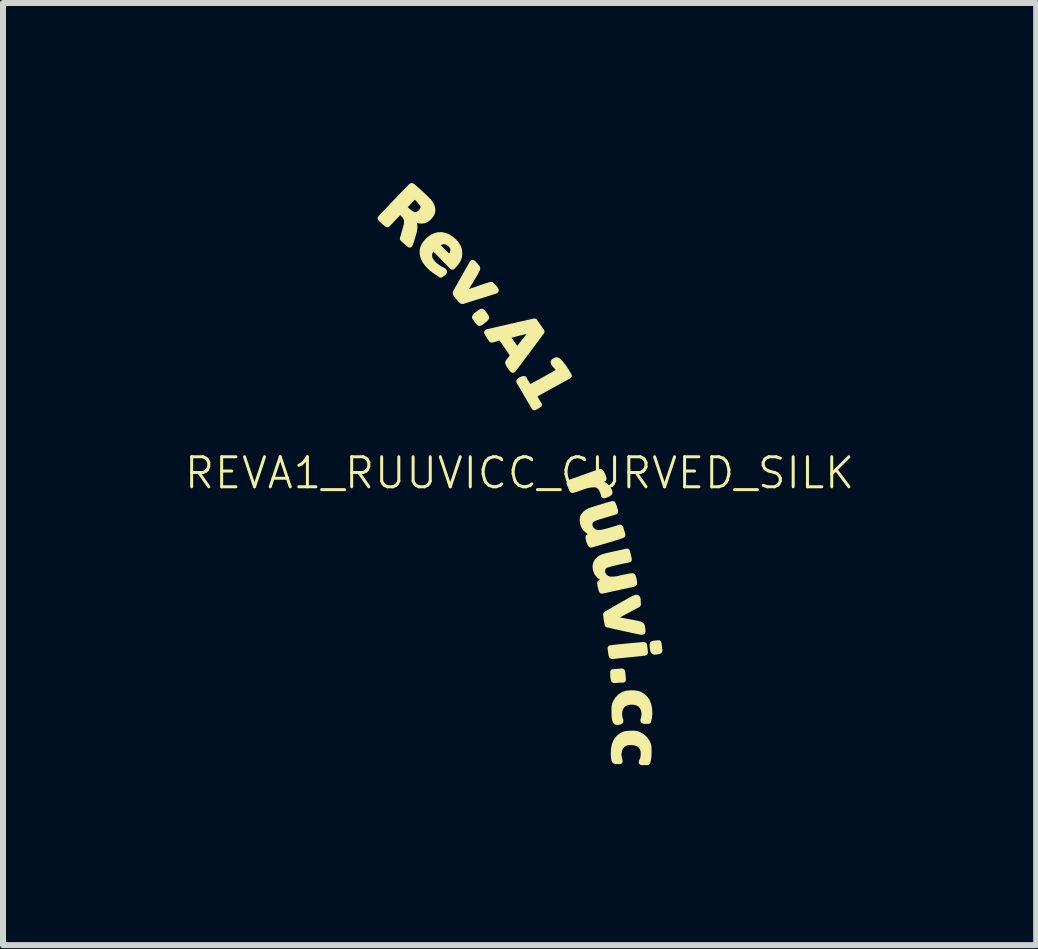
<source format=kicad_pcb>
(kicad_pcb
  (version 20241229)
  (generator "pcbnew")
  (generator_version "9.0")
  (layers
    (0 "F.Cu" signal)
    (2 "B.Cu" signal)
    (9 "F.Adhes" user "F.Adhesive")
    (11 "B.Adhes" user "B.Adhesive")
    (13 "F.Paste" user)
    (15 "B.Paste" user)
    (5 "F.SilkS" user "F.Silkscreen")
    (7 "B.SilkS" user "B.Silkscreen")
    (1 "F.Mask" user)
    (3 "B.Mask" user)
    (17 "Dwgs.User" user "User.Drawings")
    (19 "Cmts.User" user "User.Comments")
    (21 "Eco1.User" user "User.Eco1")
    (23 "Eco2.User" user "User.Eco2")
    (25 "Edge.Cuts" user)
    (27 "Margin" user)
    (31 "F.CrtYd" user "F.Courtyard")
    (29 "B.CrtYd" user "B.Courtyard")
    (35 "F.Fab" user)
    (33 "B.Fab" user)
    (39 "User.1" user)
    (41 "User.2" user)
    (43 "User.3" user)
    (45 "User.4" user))
  (footprint "REVA1_RUUVICC_CURVED_SILK"
    (layer "F.Cu")
    (at 5.608 4.833)
    (property "Reference" "REVA1_RUUVICC_CURVED_SILK" (at 0 0 0) (layer "F.SilkS") (effects (font (size 0.5 0.5) (thickness 0.05))))
    (attr through_hole)
    (fp_poly (pts (xy 1.723 3.443) (xy 1.678 3.443) (xy 1.645 3.444) (xy 1.613 3.447) (xy 1.602 3.448) (xy 1.582 3.451) (xy 1.572 3.446) (xy 1.568 3.43) (xy 1.566 3.421) (xy 1.562 3.389) (xy 1.561 3.356) (xy 1.561 3.353) (xy 1.56 3.318) (xy 1.633 3.312) (xy 1.666 3.31) (xy 1.692 3.308) (xy 1.707 3.308) (xy 1.708 3.309) (xy 1.71 3.318) (xy 1.713 3.34) (xy 1.716 3.37) (xy 1.717 3.377) (xy 1.723 3.443)) (stroke (width 0.1) (type solid)) (fill yes) (layer "F.SilkS"))
    (fp_poly (pts (xy 2.33 2.957) (xy 2.324 2.966) (xy 2.306 2.97) (xy 2.301 2.971) (xy 2.267 2.976) (xy 2.246 2.976) (xy 2.234 2.97) (xy 2.228 2.957) (xy 2.227 2.949) (xy 2.221 2.907) (xy 2.217 2.879) (xy 2.217 2.862) (xy 2.219 2.852) (xy 2.225 2.848) (xy 2.232 2.846) (xy 2.254 2.842) (xy 2.281 2.839) (xy 2.283 2.839) (xy 2.315 2.836) (xy 2.32 2.875) (xy 2.324 2.905) (xy 2.328 2.933) (xy 2.329 2.94) (xy 2.33 2.957)) (stroke (width 0.1) (type solid)) (fill yes) (layer "F.SilkS"))
    (fp_poly (pts (xy -0.556 -2.591) (xy -0.562 -2.582) (xy -0.578 -2.566) (xy -0.6 -2.548) (xy -0.624 -2.529) (xy -0.646 -2.513) (xy -0.663 -2.504) (xy -0.668 -2.502) (xy -0.676 -2.509) (xy -0.691 -2.525) (xy -0.706 -2.545) (xy -0.724 -2.569) (xy -0.737 -2.589) (xy -0.743 -2.598) (xy -0.738 -2.607) (xy -0.723 -2.622) (xy -0.702 -2.64) (xy -0.678 -2.659) (xy -0.655 -2.675) (xy -0.637 -2.686) (xy -0.629 -2.688) (xy -0.621 -2.682) (xy -0.607 -2.666) (xy -0.59 -2.644) (xy -0.574 -2.621) (xy -0.561 -2.602) (xy -0.556 -2.591)) (stroke (width 0.1) (type solid)) (fill yes) (layer "F.SilkS"))
    (fp_poly (pts (xy 2.089 2.992) (xy 2.047 2.997) (xy 2.027 2.999) (xy 1.993 3.003) (xy 1.948 3.008) (xy 1.895 3.013) (xy 1.836 3.019) (xy 1.798 3.023) (xy 1.739 3.029) (xy 1.684 3.035) (xy 1.636 3.04) (xy 1.598 3.044) (xy 1.572 3.047) (xy 1.563 3.048) (xy 1.544 3.049) (xy 1.535 3.042) (xy 1.531 3.025) (xy 1.528 2.999) (xy 1.523 2.968) (xy 1.522 2.959) (xy 1.517 2.92) (xy 1.554 2.915) (xy 1.588 2.911) (xy 1.632 2.906) (xy 1.684 2.901) (xy 1.74 2.895) (xy 1.799 2.89) (xy 1.857 2.884) (xy 1.914 2.879) (xy 1.965 2.874) (xy 2.009 2.871) (xy 2.043 2.868) (xy 2.066 2.867) (xy 2.073 2.867) (xy 2.076 2.877) (xy 2.079 2.9) (xy 2.083 2.93) (xy 2.083 2.932) (xy 2.089 2.992)) (stroke (width 0.1) (type solid)) (fill yes) (layer "F.SilkS"))
    (fp_poly (pts (xy 1.5 0.321) (xy 1.492 0.335) (xy 1.471 0.347) (xy 1.455 0.354) (xy 1.408 0.371) (xy 1.396 0.327) (xy 1.373 0.271) (xy 1.342 0.229) (xy 1.31 0.205) (xy 1.29 0.195) (xy 1.271 0.19) (xy 1.247 0.188) (xy 1.212 0.189) (xy 1.209 0.189) (xy 1.178 0.192) (xy 1.148 0.197) (xy 1.115 0.205) (xy 1.075 0.217) (xy 1.024 0.235) (xy 1.013 0.239) (xy 0.97 0.255) (xy 0.932 0.268) (xy 0.903 0.276) (xy 0.885 0.281) (xy 0.88 0.281) (xy 0.875 0.271) (xy 0.865 0.249) (xy 0.854 0.221) (xy 0.853 0.219) (xy 0.832 0.163) (xy 1.084 0.074) (xy 1.146 0.051) (xy 1.203 0.031) (xy 1.254 0.013) (xy 1.295 -0.001) (xy 1.326 -0.012) (xy 1.344 -0.018) (xy 1.347 -0.019) (xy 1.354 -0.013) (xy 1.365 0.005) (xy 1.377 0.029) (xy 1.388 0.055) (xy 1.396 0.078) (xy 1.399 0.094) (xy 1.392 0.1) (xy 1.373 0.108) (xy 1.355 0.115) (xy 1.329 0.124) (xy 1.31 0.131) (xy 1.303 0.134) (xy 1.307 0.139) (xy 1.322 0.151) (xy 1.347 0.167) (xy 1.362 0.175) (xy 1.399 0.196) (xy 1.425 0.212) (xy 1.442 0.226) (xy 1.455 0.239) (xy 1.468 0.256) (xy 1.477 0.271) (xy 1.494 0.301) (xy 1.5 0.321)) (stroke (width 0.1) (type solid)) (fill yes) (layer "F.SilkS"))
    (fp_poly (pts (xy 2.15 4.643) (xy 2.149 4.691) (xy 2.146 4.733) (xy 2.142 4.766) (xy 2.139 4.781) (xy 2.128 4.817) (xy 2.081 4.817) (xy 2.035 4.817) (xy 2.047 4.794) (xy 2.063 4.747) (xy 2.07 4.694) (xy 2.068 4.641) (xy 2.056 4.593) (xy 2.052 4.583) (xy 2.022 4.54) (xy 1.982 4.509) (xy 1.929 4.49) (xy 1.864 4.483) (xy 1.853 4.483) (xy 1.802 4.486) (xy 1.761 4.496) (xy 1.727 4.515) (xy 1.706 4.532) (xy 1.677 4.569) (xy 1.658 4.616) (xy 1.648 4.669) (xy 1.65 4.725) (xy 1.656 4.756) (xy 1.668 4.8) (xy 1.628 4.8) (xy 1.607 4.799) (xy 1.593 4.796) (xy 1.583 4.786) (xy 1.578 4.767) (xy 1.574 4.738) (xy 1.571 4.694) (xy 1.571 4.689) (xy 1.573 4.604) (xy 1.587 4.53) (xy 1.613 4.467) (xy 1.652 4.416) (xy 1.704 4.377) (xy 1.717 4.37) (xy 1.741 4.359) (xy 1.765 4.351) (xy 1.795 4.347) (xy 1.835 4.344) (xy 1.845 4.344) (xy 1.887 4.343) (xy 1.919 4.344) (xy 1.945 4.348) (xy 1.97 4.356) (xy 1.98 4.359) (xy 2.038 4.39) (xy 2.087 4.434) (xy 2.124 4.489) (xy 2.126 4.494) (xy 2.136 4.516) (xy 2.143 4.535) (xy 2.147 4.557) (xy 2.149 4.585) (xy 2.15 4.624) (xy 2.15 4.643)) (stroke (width 0.1) (type solid)) (fill yes) (layer "F.SilkS"))
    (fp_poly (pts (xy 2.163 4.013) (xy 2.154 4.087) (xy 2.153 4.087) (xy 2.144 4.13) (xy 2.102 4.13) (xy 2.077 4.129) (xy 2.065 4.126) (xy 2.063 4.119) (xy 2.065 4.115) (xy 2.08 4.058) (xy 2.082 4) (xy 2.072 3.945) (xy 2.051 3.896) (xy 2.019 3.857) (xy 2.002 3.844) (xy 1.956 3.822) (xy 1.903 3.81) (xy 1.848 3.81) (xy 1.795 3.819) (xy 1.747 3.838) (xy 1.709 3.867) (xy 1.708 3.869) (xy 1.68 3.911) (xy 1.663 3.963) (xy 1.658 4.02) (xy 1.665 4.077) (xy 1.673 4.102) (xy 1.68 4.124) (xy 1.68 4.135) (xy 1.674 4.14) (xy 1.667 4.142) (xy 1.645 4.146) (xy 1.627 4.147) (xy 1.611 4.145) (xy 1.601 4.135) (xy 1.593 4.112) (xy 1.593 4.111) (xy 1.588 4.086) (xy 1.584 4.049) (xy 1.582 4.004) (xy 1.582 3.973) (xy 1.582 3.928) (xy 1.584 3.896) (xy 1.587 3.872) (xy 1.593 3.851) (xy 1.601 3.83) (xy 1.604 3.824) (xy 1.637 3.771) (xy 1.681 3.726) (xy 1.733 3.694) (xy 1.747 3.688) (xy 1.795 3.676) (xy 1.852 3.67) (xy 1.91 3.671) (xy 1.964 3.679) (xy 1.982 3.684) (xy 2.026 3.705) (xy 2.068 3.737) (xy 2.104 3.775) (xy 2.122 3.803) (xy 2.146 3.866) (xy 2.16 3.938) (xy 2.163 4.013)) (stroke (width 0.1) (type solid)) (fill yes) (layer "F.SilkS"))
    (fp_poly (pts (xy 2.049 2.63) (xy 2.048 2.642) (xy 2.04 2.645) (xy 2.033 2.645) (xy 2.02 2.643) (xy 1.993 2.638) (xy 1.954 2.63) (xy 1.904 2.62) (xy 1.847 2.607) (xy 1.783 2.593) (xy 1.743 2.585) (xy 1.677 2.57) (xy 1.618 2.557) (xy 1.565 2.545) (xy 1.522 2.535) (xy 1.491 2.528) (xy 1.473 2.524) (xy 1.469 2.523) (xy 1.466 2.514) (xy 1.462 2.492) (xy 1.457 2.463) (xy 1.451 2.431) (xy 1.447 2.399) (xy 1.444 2.373) (xy 1.442 2.357) (xy 1.443 2.354) (xy 1.45 2.349) (xy 1.471 2.337) (xy 1.504 2.319) (xy 1.546 2.295) (xy 1.595 2.266) (xy 1.651 2.234) (xy 1.7 2.206) (xy 1.77 2.167) (xy 1.826 2.135) (xy 1.871 2.11) (xy 1.904 2.093) (xy 1.929 2.082) (xy 1.946 2.078) (xy 1.957 2.08) (xy 1.964 2.087) (xy 1.967 2.1) (xy 1.968 2.117) (xy 1.969 2.14) (xy 1.969 2.141) (xy 1.972 2.189) (xy 1.747 2.309) (xy 1.681 2.345) (xy 1.627 2.375) (xy 1.585 2.399) (xy 1.556 2.417) (xy 1.541 2.428) (xy 1.539 2.432) (xy 1.552 2.435) (xy 1.579 2.44) (xy 1.618 2.447) (xy 1.666 2.456) (xy 1.723 2.466) (xy 1.784 2.478) (xy 1.793 2.479) (xy 1.863 2.492) (xy 1.918 2.503) (xy 1.96 2.511) (xy 1.991 2.519) (xy 2.013 2.527) (xy 2.027 2.535) (xy 2.036 2.546) (xy 2.04 2.56) (xy 2.043 2.577) (xy 2.046 2.599) (xy 2.047 2.606) (xy 2.049 2.63)) (stroke (width 0.1) (type solid)) (fill yes) (layer "F.SilkS"))
    (fp_poly (pts (xy -1.005 -3.659) (xy -1.01 -3.605) (xy -1.027 -3.557) (xy -1.056 -3.51) (xy -1.082 -3.479) (xy -1.104 -3.456) (xy -1.104 -3.702) (xy -1.105 -3.744) (xy -1.111 -3.765) (xy -1.13 -3.795) (xy -1.16 -3.824) (xy -1.195 -3.848) (xy -1.221 -3.859) (xy -1.254 -3.864) (xy -1.287 -3.861) (xy -1.325 -3.848) (xy -1.355 -3.835) (xy -1.4 -3.813) (xy -1.287 -3.7) (xy -1.251 -3.665) (xy -1.22 -3.634) (xy -1.194 -3.61) (xy -1.175 -3.595) (xy -1.167 -3.59) (xy -1.167 -3.59) (xy -1.157 -3.598) (xy -1.141 -3.614) (xy -1.134 -3.624) (xy -1.114 -3.659) (xy -1.104 -3.702) (xy -1.104 -3.456) (xy -1.12 -3.439) (xy -1.281 -3.604) (xy -1.442 -3.77) (xy -1.459 -3.749) (xy -1.492 -3.697) (xy -1.508 -3.648) (xy -1.507 -3.598) (xy -1.489 -3.55) (xy -1.454 -3.501) (xy -1.44 -3.486) (xy -1.406 -3.455) (xy -1.365 -3.424) (xy -1.322 -3.397) (xy -1.284 -3.377) (xy -1.281 -3.376) (xy -1.263 -3.366) (xy -1.259 -3.355) (xy -1.269 -3.341) (xy -1.286 -3.327) (xy -1.312 -3.307) (xy -1.389 -3.358) (xy -1.464 -3.414) (xy -1.524 -3.473) (xy -1.57 -3.533) (xy -1.6 -3.595) (xy -1.615 -3.656) (xy -1.614 -3.716) (xy -1.602 -3.761) (xy -1.578 -3.807) (xy -1.542 -3.853) (xy -1.499 -3.895) (xy -1.451 -3.929) (xy -1.427 -3.942) (xy -1.365 -3.962) (xy -1.302 -3.965) (xy -1.238 -3.952) (xy -1.201 -3.936) (xy -1.147 -3.903) (xy -1.096 -3.86) (xy -1.054 -3.811) (xy -1.027 -3.766) (xy -1.013 -3.731) (xy -1.007 -3.697) (xy -1.005 -3.659)) (stroke (width 0.1) (type solid)) (fill yes) (layer "F.SilkS"))
    (fp_poly (pts (xy 0.821 -1.622) (xy 0.531 -1.463) (xy 0.467 -1.428) (xy 0.407 -1.395) (xy 0.354 -1.365) (xy 0.309 -1.34) (xy 0.273 -1.32) (xy 0.248 -1.306) (xy 0.237 -1.299) (xy 0.236 -1.299) (xy 0.236 -1.29) (xy 0.245 -1.271) (xy 0.262 -1.24) (xy 0.287 -1.196) (xy 0.306 -1.165) (xy 0.323 -1.138) (xy 0.285 -1.117) (xy 0.247 -1.096) (xy 0.13 -1.296) (xy 0.099 -1.35) (xy 0.07 -1.4) (xy 0.045 -1.443) (xy 0.024 -1.478) (xy 0.009 -1.503) (xy 0.002 -1.516) (xy 0.002 -1.516) (xy -0.004 -1.527) (xy -0.002 -1.535) (xy 0.011 -1.544) (xy 0.03 -1.554) (xy 0.054 -1.564) (xy 0.07 -1.567) (xy 0.074 -1.565) (xy 0.083 -1.546) (xy 0.098 -1.52) (xy 0.116 -1.492) (xy 0.135 -1.464) (xy 0.151 -1.441) (xy 0.164 -1.426) (xy 0.169 -1.423) (xy 0.179 -1.427) (xy 0.202 -1.439) (xy 0.235 -1.457) (xy 0.276 -1.479) (xy 0.323 -1.504) (xy 0.374 -1.532) (xy 0.427 -1.562) (xy 0.48 -1.591) (xy 0.531 -1.619) (xy 0.577 -1.645) (xy 0.617 -1.668) (xy 0.649 -1.686) (xy 0.67 -1.699) (xy 0.678 -1.704) (xy 0.678 -1.705) (xy 0.673 -1.712) (xy 0.659 -1.73) (xy 0.638 -1.754) (xy 0.619 -1.775) (xy 0.59 -1.808) (xy 0.574 -1.831) (xy 0.568 -1.846) (xy 0.573 -1.858) (xy 0.588 -1.868) (xy 0.603 -1.875) (xy 0.616 -1.879) (xy 0.626 -1.879) (xy 0.637 -1.873) (xy 0.653 -1.858) (xy 0.676 -1.833) (xy 0.681 -1.828) (xy 0.71 -1.793) (xy 0.742 -1.75) (xy 0.77 -1.708) (xy 0.777 -1.696) (xy 0.821 -1.622)) (stroke (width 0.1) (type solid)) (fill yes) (layer "F.SilkS"))
    (fp_poly (pts (xy -0.397 -3.047) (xy -0.4 -3.041) (xy -0.417 -3.035) (xy -0.447 -3.025) (xy -0.487 -3.012) (xy -0.535 -2.997) (xy -0.589 -2.98) (xy -0.646 -2.962) (xy -0.705 -2.944) (xy -0.762 -2.926) (xy -0.816 -2.909) (xy -0.864 -2.894) (xy -0.904 -2.882) (xy -0.934 -2.872) (xy -0.952 -2.867) (xy -0.955 -2.867) (xy -0.964 -2.873) (xy -0.98 -2.889) (xy -1.002 -2.913) (xy -1.016 -2.93) (xy -1.041 -2.959) (xy -1.056 -2.98) (xy -1.062 -2.993) (xy -1.063 -3.004) (xy -1.059 -3.012) (xy -1.053 -3.024) (xy -1.04 -3.048) (xy -1.021 -3.082) (xy -0.997 -3.124) (xy -0.971 -3.171) (xy -0.942 -3.222) (xy -0.912 -3.274) (xy -0.883 -3.326) (xy -0.856 -3.375) (xy -0.831 -3.418) (xy -0.81 -3.455) (xy -0.794 -3.483) (xy -0.785 -3.499) (xy -0.783 -3.502) (xy -0.777 -3.498) (xy -0.763 -3.484) (xy -0.745 -3.465) (xy -0.726 -3.443) (xy -0.71 -3.423) (xy -0.707 -3.418) (xy -0.705 -3.412) (xy -0.707 -3.401) (xy -0.714 -3.385) (xy -0.727 -3.361) (xy -0.745 -3.328) (xy -0.77 -3.284) (xy -0.804 -3.229) (xy -0.827 -3.191) (xy -0.86 -3.137) (xy -0.889 -3.088) (xy -0.914 -3.046) (xy -0.933 -3.012) (xy -0.946 -2.989) (xy -0.951 -2.977) (xy -0.951 -2.977) (xy -0.942 -2.979) (xy -0.919 -2.987) (xy -0.884 -2.999) (xy -0.839 -3.015) (xy -0.787 -3.033) (xy -0.728 -3.053) (xy -0.714 -3.058) (xy -0.655 -3.079) (xy -0.6 -3.097) (xy -0.553 -3.113) (xy -0.514 -3.125) (xy -0.487 -3.133) (xy -0.473 -3.135) (xy -0.472 -3.135) (xy -0.461 -3.127) (xy -0.444 -3.109) (xy -0.425 -3.088) (xy -0.405 -3.062) (xy -0.397 -3.047)) (stroke (width 0.1) (type solid)) (fill yes) (layer "F.SilkS"))
    (fp_poly (pts (xy 1.713 1.032) (xy 1.705 1.036) (xy 1.683 1.044) (xy 1.648 1.056) (xy 1.603 1.07) (xy 1.55 1.087) (xy 1.49 1.105) (xy 1.457 1.114) (xy 1.393 1.133) (xy 1.335 1.15) (xy 1.284 1.165) (xy 1.242 1.177) (xy 1.211 1.187) (xy 1.194 1.192) (xy 1.191 1.193) (xy 1.184 1.187) (xy 1.175 1.168) (xy 1.165 1.14) (xy 1.163 1.135) (xy 1.155 1.105) (xy 1.15 1.082) (xy 1.149 1.07) (xy 1.15 1.069) (xy 1.16 1.064) (xy 1.181 1.057) (xy 1.21 1.047) (xy 1.211 1.047) (xy 1.268 1.029) (xy 1.213 1.001) (xy 1.161 0.972) (xy 1.122 0.944) (xy 1.094 0.914) (xy 1.073 0.88) (xy 1.058 0.837) (xy 1.052 0.792) (xy 1.054 0.75) (xy 1.064 0.723) (xy 1.089 0.688) (xy 1.127 0.656) (xy 1.158 0.638) (xy 1.173 0.632) (xy 1.201 0.622) (xy 1.239 0.61) (xy 1.283 0.596) (xy 1.332 0.58) (xy 1.383 0.565) (xy 1.431 0.55) (xy 1.475 0.537) (xy 1.512 0.527) (xy 1.538 0.52) (xy 1.552 0.517) (xy 1.552 0.517) (xy 1.557 0.525) (xy 1.564 0.544) (xy 1.573 0.569) (xy 1.582 0.597) (xy 1.588 0.621) (xy 1.592 0.638) (xy 1.592 0.642) (xy 1.583 0.645) (xy 1.561 0.652) (xy 1.527 0.662) (xy 1.486 0.674) (xy 1.443 0.687) (xy 1.372 0.708) (xy 1.317 0.725) (xy 1.274 0.739) (xy 1.241 0.752) (xy 1.217 0.764) (xy 1.2 0.776) (xy 1.187 0.788) (xy 1.181 0.796) (xy 1.165 0.834) (xy 1.163 0.875) (xy 1.175 0.914) (xy 1.198 0.949) (xy 1.232 0.977) (xy 1.269 0.993) (xy 1.296 0.998) (xy 1.327 0.999) (xy 1.363 0.996) (xy 1.408 0.987) (xy 1.463 0.973) (xy 1.532 0.954) (xy 1.541 0.951) (xy 1.678 0.91) (xy 1.696 0.967) (xy 1.704 0.997) (xy 1.711 1.02) (xy 1.713 1.032) (xy 1.713 1.032)) (stroke (width 0.1) (type solid)) (fill yes) (layer "F.SilkS"))
    (fp_poly (pts (xy 1.91 1.831) (xy 1.908 1.84) (xy 1.901 1.844) (xy 1.901 1.844) (xy 1.889 1.847) (xy 1.864 1.853) (xy 1.827 1.861) (xy 1.782 1.871) (xy 1.73 1.882) (xy 1.674 1.894) (xy 1.617 1.907) (xy 1.56 1.919) (xy 1.507 1.931) (xy 1.459 1.941) (xy 1.42 1.95) (xy 1.391 1.956) (xy 1.375 1.959) (xy 1.373 1.959) (xy 1.369 1.951) (xy 1.363 1.931) (xy 1.355 1.903) (xy 1.354 1.898) (xy 1.348 1.869) (xy 1.344 1.846) (xy 1.343 1.835) (xy 1.343 1.834) (xy 1.353 1.831) (xy 1.374 1.825) (xy 1.404 1.817) (xy 1.409 1.816) (xy 1.44 1.808) (xy 1.457 1.803) (xy 1.462 1.799) (xy 1.457 1.794) (xy 1.45 1.79) (xy 1.391 1.755) (xy 1.343 1.719) (xy 1.309 1.684) (xy 1.295 1.665) (xy 1.273 1.61) (xy 1.266 1.557) (xy 1.275 1.509) (xy 1.298 1.466) (xy 1.332 1.434) (xy 1.348 1.423) (xy 1.364 1.414) (xy 1.384 1.405) (xy 1.408 1.397) (xy 1.441 1.388) (xy 1.482 1.377) (xy 1.536 1.365) (xy 1.603 1.35) (xy 1.622 1.346) (xy 1.79 1.309) (xy 1.798 1.339) (xy 1.805 1.369) (xy 1.812 1.401) (xy 1.813 1.405) (xy 1.821 1.439) (xy 1.731 1.458) (xy 1.649 1.476) (xy 1.577 1.493) (xy 1.517 1.508) (xy 1.47 1.522) (xy 1.438 1.533) (xy 1.431 1.536) (xy 1.4 1.56) (xy 1.381 1.592) (xy 1.374 1.628) (xy 1.378 1.666) (xy 1.394 1.703) (xy 1.42 1.735) (xy 1.456 1.76) (xy 1.472 1.766) (xy 1.495 1.773) (xy 1.519 1.777) (xy 1.546 1.777) (xy 1.58 1.774) (xy 1.623 1.768) (xy 1.678 1.757) (xy 1.742 1.743) (xy 1.788 1.733) (xy 1.828 1.726) (xy 1.859 1.721) (xy 1.878 1.719) (xy 1.883 1.72) (xy 1.888 1.73) (xy 1.895 1.753) (xy 1.902 1.783) (xy 1.902 1.783) (xy 1.908 1.813) (xy 1.91 1.831)) (stroke (width 0.1) (type solid)) (fill yes) (layer "F.SilkS"))
    (fp_poly (pts (xy 0.366 -2.357) (xy 0.237 -2.184) (xy 0.237 -2.398) (xy 0.237 -2.398) (xy 0.228 -2.397) (xy 0.205 -2.392) (xy 0.171 -2.384) (xy 0.128 -2.373) (xy 0.08 -2.361) (xy 0.028 -2.348) (xy -0.025 -2.335) (xy -0.076 -2.322) (xy -0.122 -2.31) (xy -0.161 -2.3) (xy -0.19 -2.292) (xy -0.207 -2.287) (xy -0.21 -2.286) (xy -0.207 -2.278) (xy -0.197 -2.261) (xy -0.184 -2.242) (xy -0.167 -2.218) (xy -0.144 -2.184) (xy -0.118 -2.147) (xy -0.098 -2.118) (xy -0.041 -2.035) (xy 0.101 -2.216) (xy 0.138 -2.263) (xy 0.171 -2.306) (xy 0.199 -2.343) (xy 0.22 -2.372) (xy 0.233 -2.391) (xy 0.237 -2.398) (xy 0.237 -2.184) (xy 0.131 -2.041) (xy 0.083 -1.977) (xy 0.038 -1.917) (xy -0.003 -1.862) (xy -0.039 -1.815) (xy -0.068 -1.775) (xy -0.091 -1.745) (xy -0.105 -1.726) (xy -0.11 -1.72) (xy -0.116 -1.723) (xy -0.13 -1.739) (xy -0.148 -1.762) (xy -0.155 -1.773) (xy -0.175 -1.804) (xy -0.187 -1.828) (xy -0.19 -1.842) (xy -0.19 -1.842) (xy -0.182 -1.854) (xy -0.166 -1.875) (xy -0.146 -1.9) (xy -0.142 -1.906) (xy -0.101 -1.958) (xy -0.204 -2.109) (xy -0.235 -2.154) (xy -0.262 -2.193) (xy -0.284 -2.225) (xy -0.3 -2.249) (xy -0.308 -2.261) (xy -0.309 -2.262) (xy -0.317 -2.261) (xy -0.338 -2.256) (xy -0.368 -2.249) (xy -0.388 -2.244) (xy -0.465 -2.224) (xy -0.505 -2.283) (xy -0.522 -2.31) (xy -0.535 -2.331) (xy -0.541 -2.343) (xy -0.541 -2.344) (xy -0.533 -2.347) (xy -0.509 -2.353) (xy -0.473 -2.361) (xy -0.427 -2.372) (xy -0.372 -2.385) (xy -0.31 -2.399) (xy -0.244 -2.414) (xy -0.175 -2.43) (xy -0.105 -2.446) (xy -0.036 -2.462) (xy 0.03 -2.477) (xy 0.091 -2.49) (xy 0.144 -2.503) (xy 0.189 -2.512) (xy 0.223 -2.52) (xy 0.244 -2.524) (xy 0.25 -2.525) (xy 0.255 -2.518) (xy 0.268 -2.499) (xy 0.286 -2.472) (xy 0.309 -2.44) (xy 0.366 -2.357)) (stroke (width 0.1) (type solid)) (fill yes) (layer "F.SilkS"))
    (fp_poly (pts (xy -1.453 -4.399) (xy -1.456 -4.351) (xy -1.476 -4.306) (xy -1.511 -4.263) (xy -1.547 -4.234) (xy -1.588 -4.213) (xy -1.6 -4.212) (xy -1.6 -4.452) (xy -1.609 -4.471) (xy -1.627 -4.498) (xy -1.652 -4.529) (xy -1.68 -4.56) (xy -1.708 -4.588) (xy -1.729 -4.605) (xy -1.752 -4.62) (xy -1.843 -4.524) (xy -1.934 -4.428) (xy -1.895 -4.392) (xy -1.847 -4.349) (xy -1.806 -4.32) (xy -1.772 -4.302) (xy -1.741 -4.297) (xy -1.71 -4.301) (xy -1.679 -4.316) (xy -1.667 -4.324) (xy -1.636 -4.351) (xy -1.613 -4.385) (xy -1.6 -4.421) (xy -1.6 -4.452) (xy -1.6 -4.212) (xy -1.633 -4.206) (xy -1.683 -4.212) (xy -1.735 -4.228) (xy -1.764 -4.238) (xy -1.785 -4.244) (xy -1.795 -4.246) (xy -1.796 -4.246) (xy -1.794 -4.237) (xy -1.786 -4.218) (xy -1.776 -4.197) (xy -1.762 -4.165) (xy -1.754 -4.132) (xy -1.752 -4.096) (xy -1.757 -4.054) (xy -1.768 -4.003) (xy -1.786 -3.939) (xy -1.789 -3.929) (xy -1.802 -3.887) (xy -1.814 -3.851) (xy -1.824 -3.824) (xy -1.83 -3.81) (xy -1.831 -3.808) (xy -1.839 -3.814) (xy -1.857 -3.828) (xy -1.88 -3.849) (xy -1.891 -3.858) (xy -1.945 -3.908) (xy -1.91 -4.025) (xy -1.891 -4.091) (xy -1.879 -4.145) (xy -1.875 -4.188) (xy -1.878 -4.224) (xy -1.89 -4.256) (xy -1.909 -4.286) (xy -1.938 -4.317) (xy -1.944 -4.324) (xy -1.99 -4.369) (xy -2.097 -4.257) (xy -2.204 -4.145) (xy -2.236 -4.171) (xy -2.262 -4.192) (xy -2.286 -4.215) (xy -2.292 -4.221) (xy -2.315 -4.246) (xy -2.06 -4.514) (xy -2.006 -4.571) (xy -1.956 -4.623) (xy -1.911 -4.67) (xy -1.871 -4.71) (xy -1.839 -4.743) (xy -1.815 -4.767) (xy -1.801 -4.78) (xy -1.797 -4.783) (xy -1.788 -4.778) (xy -1.769 -4.762) (xy -1.742 -4.739) (xy -1.71 -4.711) (xy -1.674 -4.678) (xy -1.637 -4.644) (xy -1.6 -4.61) (xy -1.567 -4.579) (xy -1.54 -4.551) (xy -1.519 -4.531) (xy -1.511 -4.521) (xy -1.49 -4.491) (xy -1.471 -4.458) (xy -1.466 -4.447) (xy -1.453 -4.399)) (stroke (width 0.1) (type solid)) (fill yes) (layer "F.SilkS")))
  (gr_rect
    (start -3 -3)
    (end 14.217 12.7)
    (stroke (width 0.1) (type default))
    (fill no)
    (layer "Edge.Cuts")))
</source>
